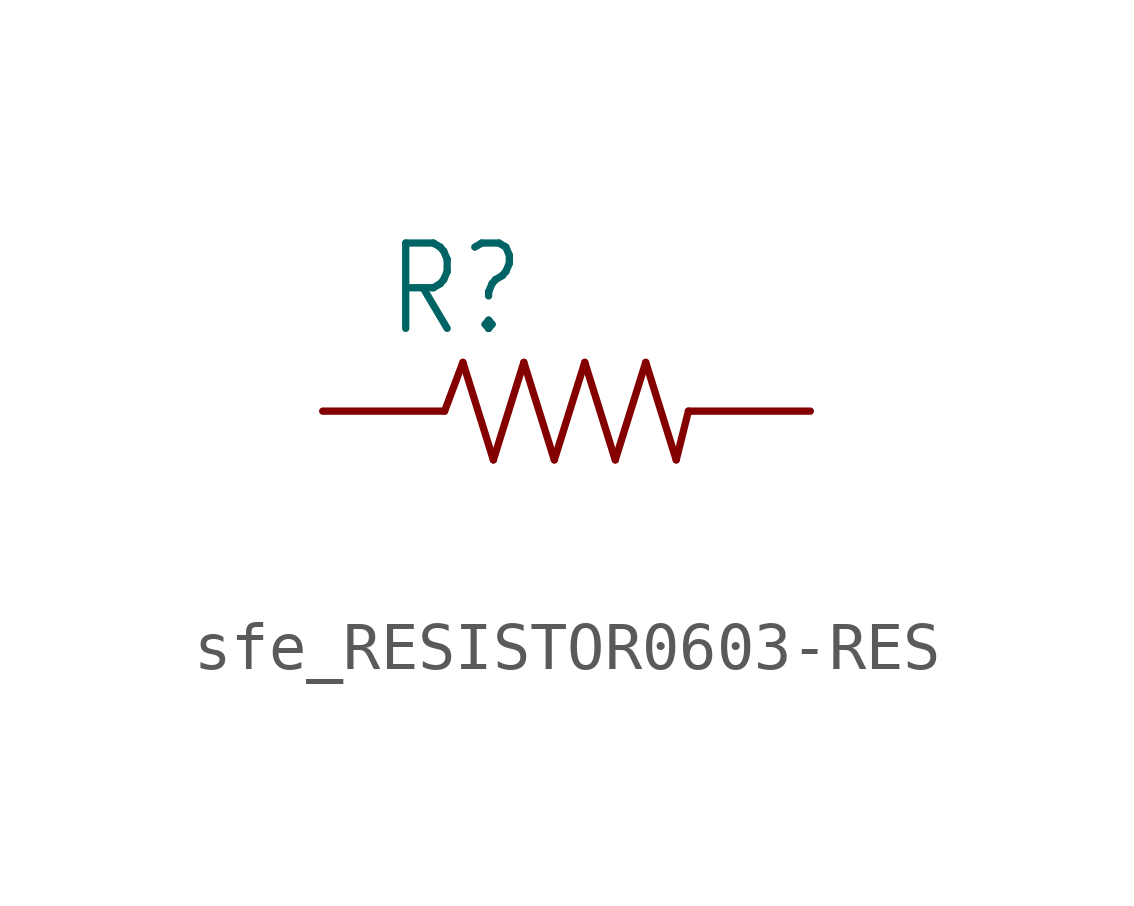
<source format=kicad_sym>
(kicad_symbol_lib
  (version 20220914)
  (generator kicad_symbol_editor)
  (symbol "sfe_RESISTOR0603-RES"
    (property "Reference" "R"
      (at -3.81 1.499 0)
      (effects (font (size 1.778 1.511)) (justify left bottom)))
    (property "Value" ""
      (at -3.81 -3.302 0)
      (effects (font (size 1.778 1.511)) (justify left bottom)))
    (property "ki_locked" ""
      (at 0 0 0)
      (effects (font (size 1.27 1.27))))
    (symbol "sfe_RESISTOR0603-RES_1_0"
      (polyline (pts (xy -2.54 0) (xy -2.159 1.016)) (stroke (width 0.152) (type solid)) (fill (type none)))
      (polyline (pts (xy -2.159 1.016) (xy -1.524 -1.016)) (stroke (width 0.152) (type solid)) (fill (type none)))
      (polyline (pts (xy -1.524 -1.016) (xy -0.889 1.016)) (stroke (width 0.152) (type solid)) (fill (type none)))
      (polyline (pts (xy -0.889 1.016) (xy -0.254 -1.016)) (stroke (width 0.152) (type solid)) (fill (type none)))
      (polyline (pts (xy -0.254 -1.016) (xy 0.381 1.016)) (stroke (width 0.152) (type solid)) (fill (type none)))
      (polyline (pts (xy 0.381 1.016) (xy 1.016 -1.016)) (stroke (width 0.152) (type solid)) (fill (type none)))
      (polyline (pts (xy 1.016 -1.016) (xy 1.651 1.016)) (stroke (width 0.152) (type solid)) (fill (type none)))
      (polyline (pts (xy 1.651 1.016) (xy 2.286 -1.016)) (stroke (width 0.152) (type solid)) (fill (type none)))
      (polyline (pts (xy 2.286 -1.016) (xy 2.54 0)) (stroke (width 0.152) (type solid)) (fill (type none)))
      (pin passive line (at -5.08 0 0) (length 2.54) (name "1" (effects (font (size 0 0)))) (number "1" (effects (font (size 0 0)))))
      (pin passive line (at 5.08 0 180) (length 2.54) (name "2" (effects (font (size 0 0)))) (number "2" (effects (font (size 0 0))))))))
</source>
